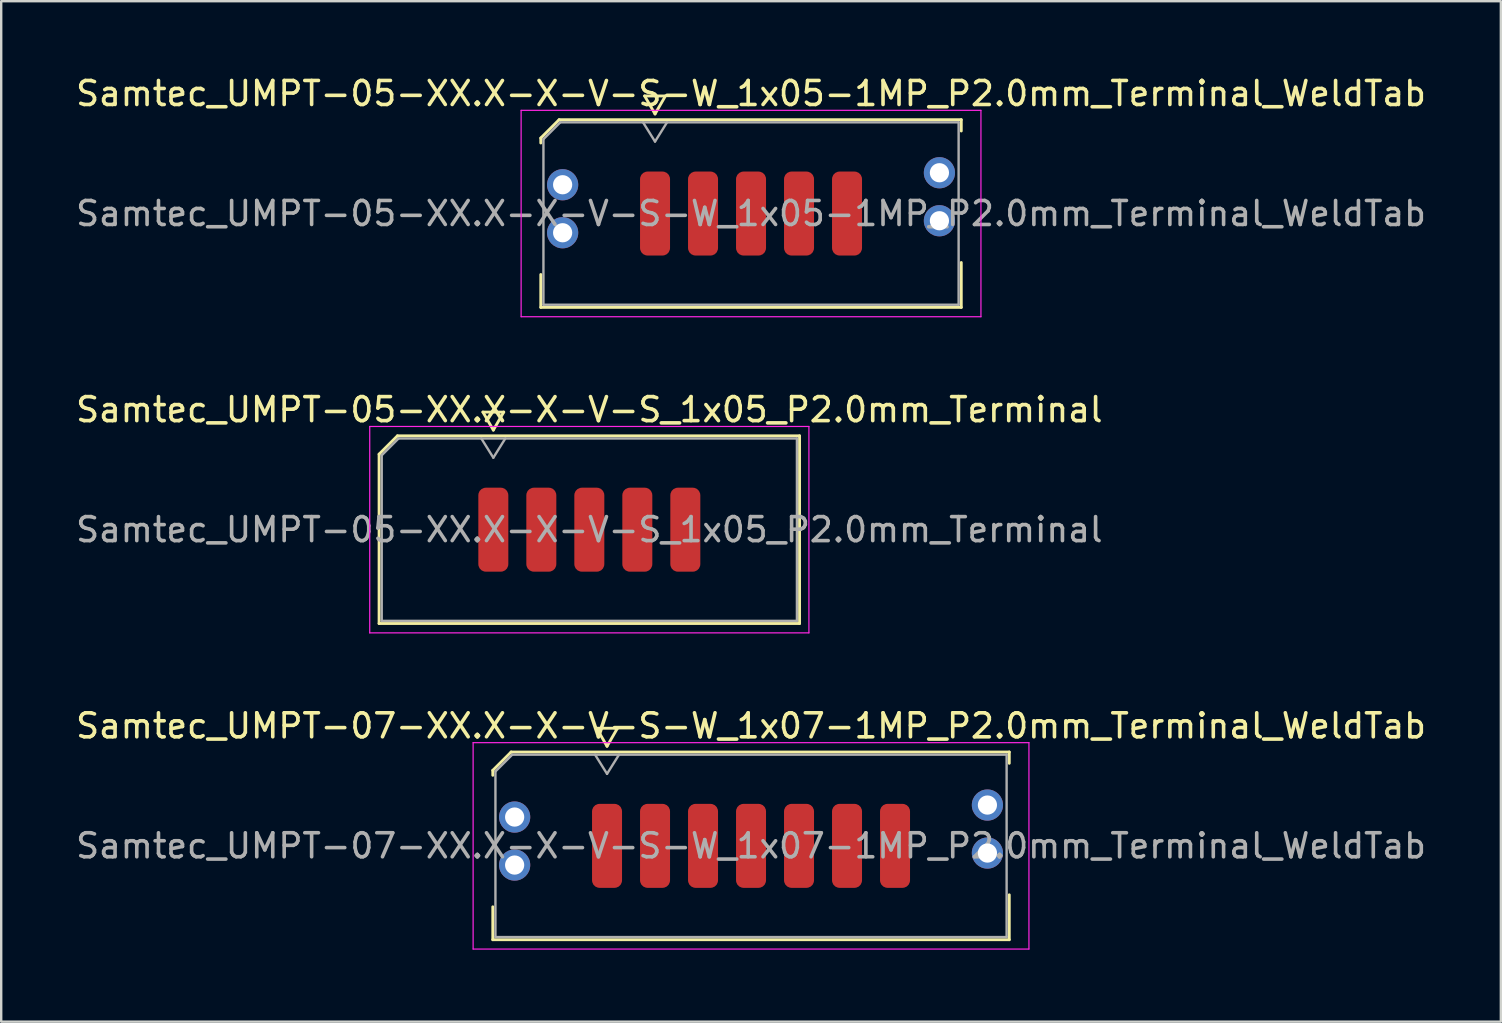
<source format=kicad_pcb>
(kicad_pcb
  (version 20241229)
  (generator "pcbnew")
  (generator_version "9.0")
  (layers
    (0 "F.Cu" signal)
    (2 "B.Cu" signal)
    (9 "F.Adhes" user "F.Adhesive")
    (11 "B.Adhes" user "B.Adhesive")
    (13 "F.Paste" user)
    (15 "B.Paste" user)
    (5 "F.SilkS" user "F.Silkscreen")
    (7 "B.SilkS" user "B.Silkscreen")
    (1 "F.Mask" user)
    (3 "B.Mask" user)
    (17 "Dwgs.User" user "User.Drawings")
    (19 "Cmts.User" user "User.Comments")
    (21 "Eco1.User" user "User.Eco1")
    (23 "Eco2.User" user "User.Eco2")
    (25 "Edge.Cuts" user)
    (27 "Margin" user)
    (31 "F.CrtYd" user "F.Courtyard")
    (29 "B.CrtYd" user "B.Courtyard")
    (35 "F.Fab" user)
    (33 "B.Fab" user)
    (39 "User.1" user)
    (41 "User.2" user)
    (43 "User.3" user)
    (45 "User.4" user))
  (footprint "Samtec_UMPT-05-XX.X-X-V-S-W_1x05-1MP_P2.0mm_Terminal_WeldTab"
    (layer "F.Cu")
    (at 28.244 5.848)
    (property "Reference" "Samtec_UMPT-05-XX.X-X-V-S-W_1x05-1MP_P2.0mm_Terminal_WeldTab" (at 0 -5 0) (layer "F.SilkS") (effects (font (size 1 1) (thickness 0.15))))
    (attr smd)
    (fp_line (start -8.76 -3.146) (end -7.996 -3.91) (stroke (width 0.12) (type solid)) (layer "F.SilkS"))
    (fp_line (start -8.76 -2.94) (end -8.76 -3.146) (stroke (width 0.12) (type solid)) (layer "F.SilkS"))
    (fp_line (start -8.76 3.91) (end -8.76 2.54) (stroke (width 0.12) (type solid)) (layer "F.SilkS"))
    (fp_line (start -7.996 -3.91) (end 8.76 -3.91) (stroke (width 0.12) (type solid)) (layer "F.SilkS"))
    (fp_line (start -4.433 -4.9) (end -4 -4.15) (stroke (width 0.12) (type solid)) (layer "F.SilkS"))
    (fp_line (start -4 -4.15) (end -3.567 -4.9) (stroke (width 0.12) (type solid)) (layer "F.SilkS"))
    (fp_line (start -3.567 -4.9) (end -4.433 -4.9) (stroke (width 0.12) (type solid)) (layer "F.SilkS"))
    (fp_line (start 8.76 -3.91) (end 8.76 -3.44) (stroke (width 0.12) (type solid)) (layer "F.SilkS"))
    (fp_line (start 8.76 2.04) (end 8.76 3.91) (stroke (width 0.12) (type solid)) (layer "F.SilkS"))
    (fp_line (start 8.76 3.91) (end -8.76 3.91) (stroke (width 0.12) (type solid)) (layer "F.SilkS"))
    (fp_line (start -9.58 -4.3) (end -9.58 4.3) (stroke (width 0.05) (type solid)) (layer "F.CrtYd"))
    (fp_line (start -9.58 4.3) (end 9.58 4.3) (stroke (width 0.05) (type solid)) (layer "F.CrtYd"))
    (fp_line (start 9.58 -4.3) (end -9.58 -4.3) (stroke (width 0.05) (type solid)) (layer "F.CrtYd"))
    (fp_line (start 9.58 4.3) (end 9.58 -4.3) (stroke (width 0.05) (type solid)) (layer "F.CrtYd"))
    (fp_line (start -8.65 -3.1) (end -7.95 -3.8) (stroke (width 0.1) (type solid)) (layer "F.Fab"))
    (fp_line (start -8.65 3.8) (end -8.65 -3.1) (stroke (width 0.1) (type solid)) (layer "F.Fab"))
    (fp_line (start -7.95 -3.8) (end 8.65 -3.8) (stroke (width 0.1) (type solid)) (layer "F.Fab"))
    (fp_line (start -4.5 -3.8) (end -4 -3) (stroke (width 0.1) (type solid)) (layer "F.Fab"))
    (fp_line (start -4 -3) (end -3.5 -3.8) (stroke (width 0.1) (type solid)) (layer "F.Fab"))
    (fp_line (start 8.65 -3.8) (end 8.65 3.8) (stroke (width 0.1) (type solid)) (layer "F.Fab"))
    (fp_line (start 8.65 3.8) (end -8.65 3.8) (stroke (width 0.1) (type solid)) (layer "F.Fab"))
    (fp_text user "${REFERENCE}" (at 0 0 0) (layer "F.Fab") (effects (font (size 1 1) (thickness 0.15))))
    (pad "" smd rect (at -7.85 -1.54) (size 2.45 2.28) (layers "F.Paste"))
    (pad "" smd rect (at -7.85 1.14) (size 2.45 2.28) (layers "F.Paste"))
    (pad "" smd rect (at 7.85 -2.04) (size 2.45 2.28) (layers "F.Paste"))
    (pad "" smd rect (at 7.85 0.64) (size 2.45 2.28) (layers "F.Paste"))
    (pad "1" smd roundrect (at -4 0) (size 1.25 3.5) (layers "F.Cu" "F.Mask" "F.Paste") (roundrect_rratio 0.25))
    (pad "2" smd roundrect (at -2 0) (size 1.25 3.5) (layers "F.Cu" "F.Mask" "F.Paste") (roundrect_rratio 0.25))
    (pad "3" smd roundrect (at 0 0) (size 1.25 3.5) (layers "F.Cu" "F.Mask" "F.Paste") (roundrect_rratio 0.25))
    (pad "4" smd roundrect (at 2 0) (size 1.25 3.5) (layers "F.Cu" "F.Mask" "F.Paste") (roundrect_rratio 0.25))
    (pad "5" smd roundrect (at 4 0) (size 1.25 3.5) (layers "F.Cu" "F.Mask" "F.Paste") (roundrect_rratio 0.25))
    (pad "MP" thru_hole circle (at -7.85 -1.2) (size 1.3 1.3) (drill 0.8) (layers "*.Cu" "*.Mask"))
    (pad "MP" thru_hole circle (at -7.85 0.8) (size 1.3 1.3) (drill 0.8) (layers "*.Cu" "*.Mask"))
    (pad "MP" thru_hole circle (at 7.85 -1.7) (size 1.3 1.3) (drill 0.8) (layers "*.Cu" "*.Mask"))
    (pad "MP" thru_hole circle (at 7.85 0.3) (size 1.3 1.3) (drill 0.8) (layers "*.Cu" "*.Mask")))
  (footprint "Samtec_UMPT-05-XX.X-X-V-S_1x05_P2.0mm_Terminal"
    (layer "F.Cu")
    (at 21.506 19.021)
    (property "Reference" "Samtec_UMPT-05-XX.X-X-V-S_1x05_P2.0mm_Terminal" (at 0 -5 0) (layer "F.SilkS") (effects (font (size 1 1) (thickness 0.15))))
    (attr smd)
    (fp_line (start -8.76 -3.146) (end -7.996 -3.91) (stroke (width 0.12) (type solid)) (layer "F.SilkS"))
    (fp_line (start -8.76 3.91) (end -8.76 -3.146) (stroke (width 0.12) (type solid)) (layer "F.SilkS"))
    (fp_line (start -7.996 -3.91) (end 8.76 -3.91) (stroke (width 0.12) (type solid)) (layer "F.SilkS"))
    (fp_line (start -4.433 -4.9) (end -4 -4.15) (stroke (width 0.12) (type solid)) (layer "F.SilkS"))
    (fp_line (start -4 -4.15) (end -3.567 -4.9) (stroke (width 0.12) (type solid)) (layer "F.SilkS"))
    (fp_line (start -3.567 -4.9) (end -4.433 -4.9) (stroke (width 0.12) (type solid)) (layer "F.SilkS"))
    (fp_line (start 8.76 -3.91) (end 8.76 3.91) (stroke (width 0.12) (type solid)) (layer "F.SilkS"))
    (fp_line (start 8.76 3.91) (end -8.76 3.91) (stroke (width 0.12) (type solid)) (layer "F.SilkS"))
    (fp_line (start -9.15 -4.3) (end -9.15 4.3) (stroke (width 0.05) (type solid)) (layer "F.CrtYd"))
    (fp_line (start -9.15 4.3) (end 9.15 4.3) (stroke (width 0.05) (type solid)) (layer "F.CrtYd"))
    (fp_line (start 9.15 -4.3) (end -9.15 -4.3) (stroke (width 0.05) (type solid)) (layer "F.CrtYd"))
    (fp_line (start 9.15 4.3) (end 9.15 -4.3) (stroke (width 0.05) (type solid)) (layer "F.CrtYd"))
    (fp_line (start -8.65 -3.1) (end -7.95 -3.8) (stroke (width 0.1) (type solid)) (layer "F.Fab"))
    (fp_line (start -8.65 3.8) (end -8.65 -3.1) (stroke (width 0.1) (type solid)) (layer "F.Fab"))
    (fp_line (start -7.95 -3.8) (end 8.65 -3.8) (stroke (width 0.1) (type solid)) (layer "F.Fab"))
    (fp_line (start -4.5 -3.8) (end -4 -3) (stroke (width 0.1) (type solid)) (layer "F.Fab"))
    (fp_line (start -4 -3) (end -3.5 -3.8) (stroke (width 0.1) (type solid)) (layer "F.Fab"))
    (fp_line (start 8.65 -3.8) (end 8.65 3.8) (stroke (width 0.1) (type solid)) (layer "F.Fab"))
    (fp_line (start 8.65 3.8) (end -8.65 3.8) (stroke (width 0.1) (type solid)) (layer "F.Fab"))
    (fp_text user "${REFERENCE}" (at 0 0 0) (layer "F.Fab") (effects (font (size 1 1) (thickness 0.15))))
    (pad "1" smd roundrect (at -4 0) (size 1.25 3.5) (layers "F.Cu" "F.Mask" "F.Paste") (roundrect_rratio 0.25))
    (pad "2" smd roundrect (at -2 0) (size 1.25 3.5) (layers "F.Cu" "F.Mask" "F.Paste") (roundrect_rratio 0.25))
    (pad "3" smd roundrect (at 0 0) (size 1.25 3.5) (layers "F.Cu" "F.Mask" "F.Paste") (roundrect_rratio 0.25))
    (pad "4" smd roundrect (at 2 0) (size 1.25 3.5) (layers "F.Cu" "F.Mask" "F.Paste") (roundrect_rratio 0.25))
    (pad "5" smd roundrect (at 4 0) (size 1.25 3.5) (layers "F.Cu" "F.Mask" "F.Paste") (roundrect_rratio 0.25)))
  (footprint "Samtec_UMPT-07-XX.X-X-V-S-W_1x07-1MP_P2.0mm_Terminal_WeldTab"
    (layer "F.Cu")
    (at 28.244 32.195)
    (property "Reference" "Samtec_UMPT-07-XX.X-X-V-S-W_1x07-1MP_P2.0mm_Terminal_WeldTab" (at 0 -5 0) (layer "F.SilkS") (effects (font (size 1 1) (thickness 0.15))))
    (attr smd)
    (fp_line (start -10.76 -3.146) (end -9.996 -3.91) (stroke (width 0.12) (type solid)) (layer "F.SilkS"))
    (fp_line (start -10.76 -2.94) (end -10.76 -3.146) (stroke (width 0.12) (type solid)) (layer "F.SilkS"))
    (fp_line (start -10.76 3.91) (end -10.76 2.54) (stroke (width 0.12) (type solid)) (layer "F.SilkS"))
    (fp_line (start -9.996 -3.91) (end 10.76 -3.91) (stroke (width 0.12) (type solid)) (layer "F.SilkS"))
    (fp_line (start -6.433 -4.9) (end -6 -4.15) (stroke (width 0.12) (type solid)) (layer "F.SilkS"))
    (fp_line (start -6 -4.15) (end -5.567 -4.9) (stroke (width 0.12) (type solid)) (layer "F.SilkS"))
    (fp_line (start -5.567 -4.9) (end -6.433 -4.9) (stroke (width 0.12) (type solid)) (layer "F.SilkS"))
    (fp_line (start 10.76 -3.91) (end 10.76 -3.44) (stroke (width 0.12) (type solid)) (layer "F.SilkS"))
    (fp_line (start 10.76 2.04) (end 10.76 3.91) (stroke (width 0.12) (type solid)) (layer "F.SilkS"))
    (fp_line (start 10.76 3.91) (end -10.76 3.91) (stroke (width 0.12) (type solid)) (layer "F.SilkS"))
    (fp_line (start -11.58 -4.3) (end -11.58 4.3) (stroke (width 0.05) (type solid)) (layer "F.CrtYd"))
    (fp_line (start -11.58 4.3) (end 11.58 4.3) (stroke (width 0.05) (type solid)) (layer "F.CrtYd"))
    (fp_line (start 11.58 -4.3) (end -11.58 -4.3) (stroke (width 0.05) (type solid)) (layer "F.CrtYd"))
    (fp_line (start 11.58 4.3) (end 11.58 -4.3) (stroke (width 0.05) (type solid)) (layer "F.CrtYd"))
    (fp_line (start -10.65 -3.1) (end -9.95 -3.8) (stroke (width 0.1) (type solid)) (layer "F.Fab"))
    (fp_line (start -10.65 3.8) (end -10.65 -3.1) (stroke (width 0.1) (type solid)) (layer "F.Fab"))
    (fp_line (start -9.95 -3.8) (end 10.65 -3.8) (stroke (width 0.1) (type solid)) (layer "F.Fab"))
    (fp_line (start -6.5 -3.8) (end -6 -3) (stroke (width 0.1) (type solid)) (layer "F.Fab"))
    (fp_line (start -6 -3) (end -5.5 -3.8) (stroke (width 0.1) (type solid)) (layer "F.Fab"))
    (fp_line (start 10.65 -3.8) (end 10.65 3.8) (stroke (width 0.1) (type solid)) (layer "F.Fab"))
    (fp_line (start 10.65 3.8) (end -10.65 3.8) (stroke (width 0.1) (type solid)) (layer "F.Fab"))
    (fp_text user "${REFERENCE}" (at 0 0 0) (layer "F.Fab") (effects (font (size 1 1) (thickness 0.15))))
    (pad "" smd rect (at -9.85 -1.54) (size 2.45 2.28) (layers "F.Paste"))
    (pad "" smd rect (at -9.85 1.14) (size 2.45 2.28) (layers "F.Paste"))
    (pad "" smd rect (at 9.85 -2.04) (size 2.45 2.28) (layers "F.Paste"))
    (pad "" smd rect (at 9.85 0.64) (size 2.45 2.28) (layers "F.Paste"))
    (pad "1" smd roundrect (at -6 0) (size 1.25 3.5) (layers "F.Cu" "F.Mask" "F.Paste") (roundrect_rratio 0.25))
    (pad "2" smd roundrect (at -4 0) (size 1.25 3.5) (layers "F.Cu" "F.Mask" "F.Paste") (roundrect_rratio 0.25))
    (pad "3" smd roundrect (at -2 0) (size 1.25 3.5) (layers "F.Cu" "F.Mask" "F.Paste") (roundrect_rratio 0.25))
    (pad "4" smd roundrect (at 0 0) (size 1.25 3.5) (layers "F.Cu" "F.Mask" "F.Paste") (roundrect_rratio 0.25))
    (pad "5" smd roundrect (at 2 0) (size 1.25 3.5) (layers "F.Cu" "F.Mask" "F.Paste") (roundrect_rratio 0.25))
    (pad "6" smd roundrect (at 4 0) (size 1.25 3.5) (layers "F.Cu" "F.Mask" "F.Paste") (roundrect_rratio 0.25))
    (pad "7" smd roundrect (at 6 0) (size 1.25 3.5) (layers "F.Cu" "F.Mask" "F.Paste") (roundrect_rratio 0.25))
    (pad "MP" thru_hole circle (at -9.85 -1.2) (size 1.3 1.3) (drill 0.8) (layers "*.Cu" "*.Mask"))
    (pad "MP" thru_hole circle (at -9.85 0.8) (size 1.3 1.3) (drill 0.8) (layers "*.Cu" "*.Mask"))
    (pad "MP" thru_hole circle (at 9.85 -1.7) (size 1.3 1.3) (drill 0.8) (layers "*.Cu" "*.Mask"))
    (pad "MP" thru_hole circle (at 9.85 0.3) (size 1.3 1.3) (drill 0.8) (layers "*.Cu" "*.Mask")))
  (gr_rect
    (start -3 -3)
    (end 59.488 39.52)
    (stroke (width 0.1) (type default))
    (fill no)
    (layer "Edge.Cuts")))
</source>
